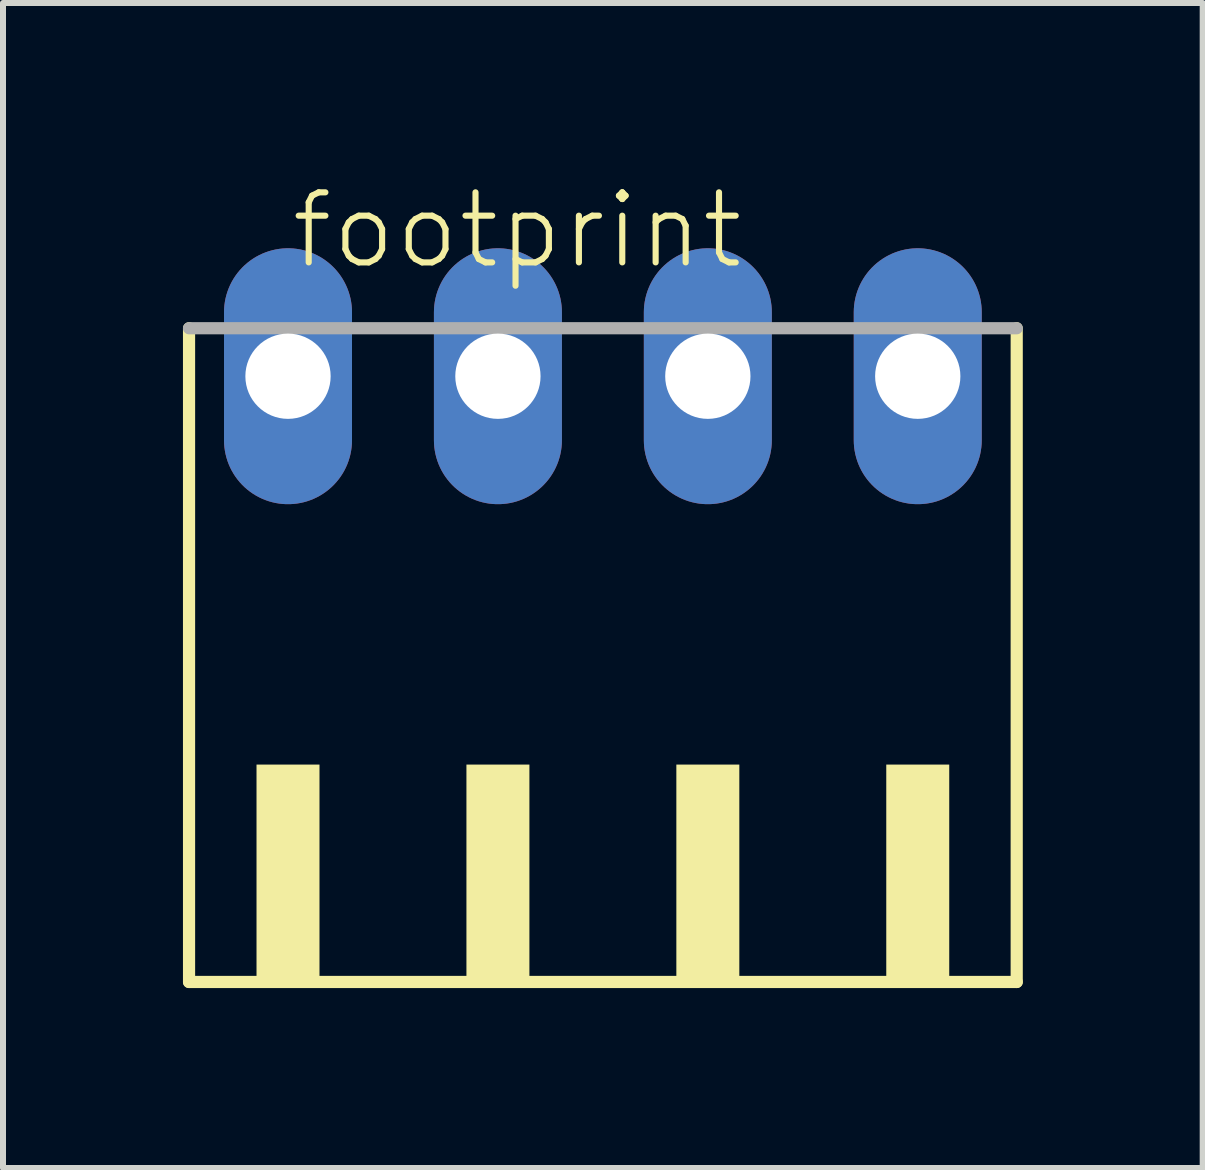
<source format=kicad_pcb>
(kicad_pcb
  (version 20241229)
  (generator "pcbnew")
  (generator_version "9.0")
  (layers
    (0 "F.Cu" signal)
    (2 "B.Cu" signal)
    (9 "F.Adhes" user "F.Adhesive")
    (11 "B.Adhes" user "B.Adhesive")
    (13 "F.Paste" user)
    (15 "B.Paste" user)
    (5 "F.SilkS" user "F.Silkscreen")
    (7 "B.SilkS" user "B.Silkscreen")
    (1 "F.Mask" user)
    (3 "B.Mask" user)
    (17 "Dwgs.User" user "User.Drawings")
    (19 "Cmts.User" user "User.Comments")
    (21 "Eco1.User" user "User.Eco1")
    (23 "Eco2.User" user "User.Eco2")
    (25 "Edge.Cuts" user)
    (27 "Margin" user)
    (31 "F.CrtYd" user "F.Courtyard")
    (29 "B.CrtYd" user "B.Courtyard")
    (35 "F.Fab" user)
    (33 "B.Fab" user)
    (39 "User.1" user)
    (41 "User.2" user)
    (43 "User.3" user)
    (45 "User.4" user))
  (footprint "footprint"
    (layer "F.Cu")
    (at 7.002 8.473)
    (property "Reference" "footprint" (at -5.25 -7 0) (layer "F.SilkS") (effects (font (size 1.168 1.168) (thickness 0.102)) (justify left bottom)))
    (fp_line (start -6.9 -6.05) (end -6.9 4.85) (stroke (width 0.203) (type solid)) (layer "F.SilkS"))
    (fp_line (start -6.9 4.85) (end 6.9 4.85) (stroke (width 0.203) (type solid)) (layer "F.SilkS"))
    (fp_line (start 6.9 4.85) (end 6.9 -6.05) (stroke (width 0.203) (type solid)) (layer "F.SilkS"))
    (fp_poly (pts (xy -5.775 4.9) (xy -4.725 4.9) (xy -4.725 1.225) (xy -5.775 1.225)) (stroke (width 0) (type solid)) (fill yes) (layer "F.SilkS"))
    (fp_poly (pts (xy -2.275 4.9) (xy -1.225 4.9) (xy -1.225 1.225) (xy -2.275 1.225)) (stroke (width 0) (type solid)) (fill yes) (layer "F.SilkS"))
    (fp_poly (pts (xy 1.225 4.9) (xy 2.275 4.9) (xy 2.275 1.225) (xy 1.225 1.225)) (stroke (width 0) (type solid)) (fill yes) (layer "F.SilkS"))
    (fp_poly (pts (xy 4.725 4.9) (xy 5.775 4.9) (xy 5.775 1.225) (xy 4.725 1.225)) (stroke (width 0) (type solid)) (fill yes) (layer "F.SilkS"))
    (fp_line (start 6.9 -6.05) (end -6.9 -6.05) (stroke (width 0.203) (type solid)) (layer "F.Fab"))
    (pad "1" thru_hole oval (at -5.25 -5.25 90) (size 4.267 2.134) (drill 1.422) (layers "*.Cu" "*.Mask"))
    (pad "2" thru_hole oval (at -1.75 -5.25 90) (size 4.267 2.134) (drill 1.422) (layers "*.Cu" "*.Mask"))
    (pad "3" thru_hole oval (at 1.75 -5.25 90) (size 4.267 2.134) (drill 1.422) (layers "*.Cu" "*.Mask"))
    (pad "4" thru_hole oval (at 5.25 -5.25 90) (size 4.267 2.134) (drill 1.422) (layers "*.Cu" "*.Mask")))
  (gr_rect
    (start -3 -3)
    (end 17.003 16.425)
    (stroke (width 0.1) (type default))
    (fill no)
    (layer "Edge.Cuts")))
</source>
